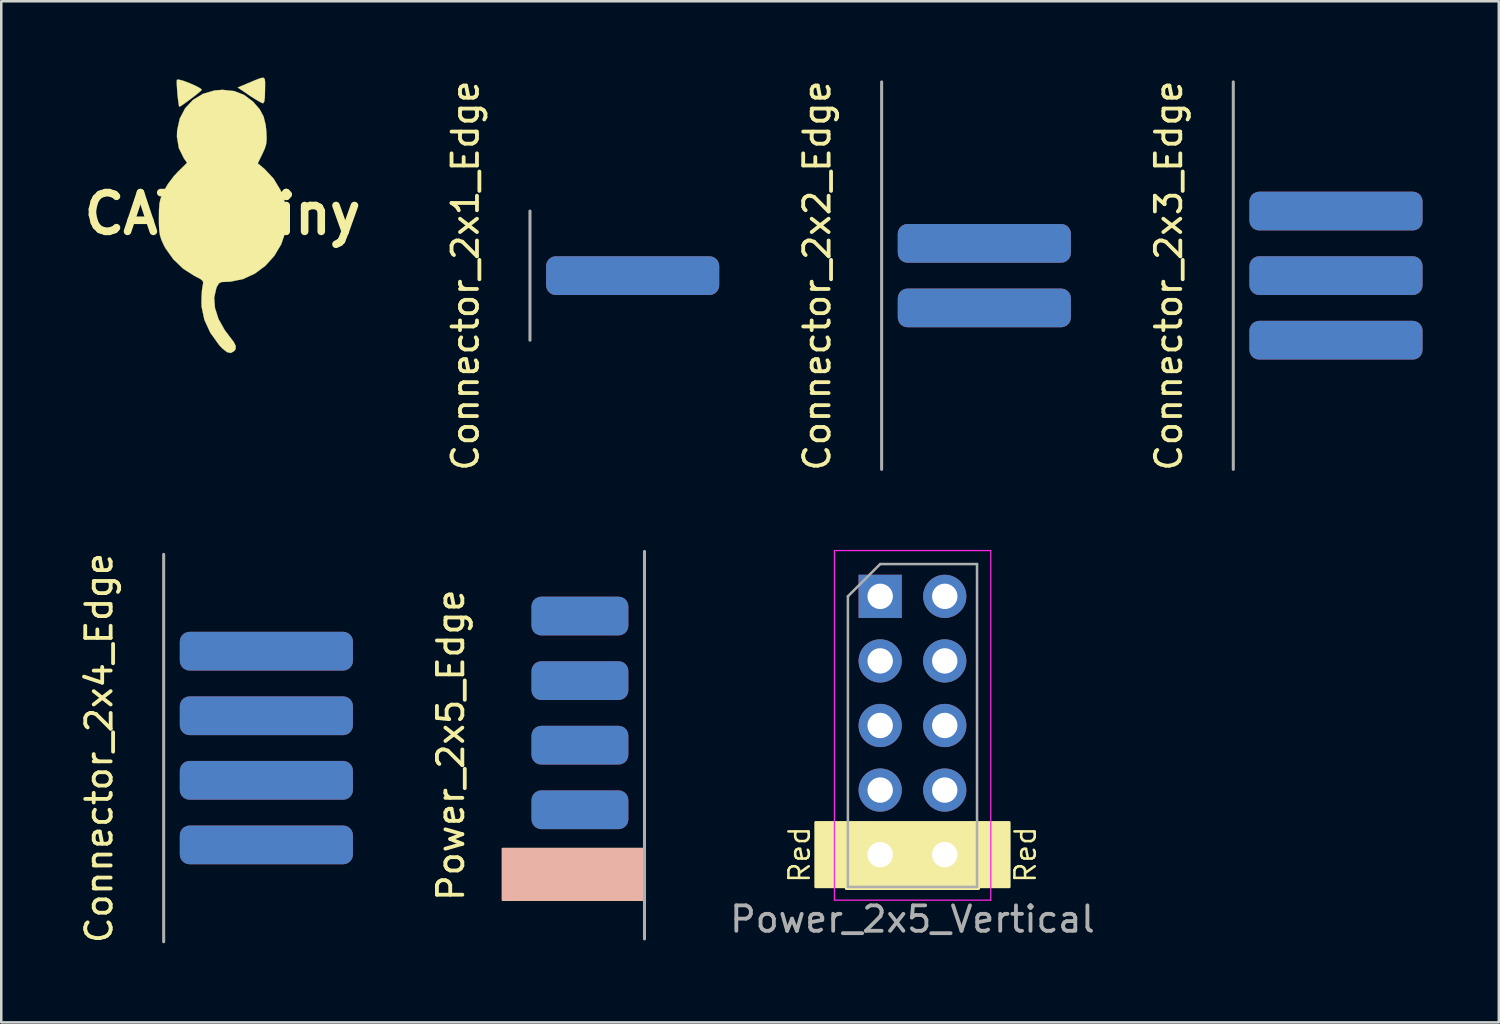
<source format=kicad_pcb>
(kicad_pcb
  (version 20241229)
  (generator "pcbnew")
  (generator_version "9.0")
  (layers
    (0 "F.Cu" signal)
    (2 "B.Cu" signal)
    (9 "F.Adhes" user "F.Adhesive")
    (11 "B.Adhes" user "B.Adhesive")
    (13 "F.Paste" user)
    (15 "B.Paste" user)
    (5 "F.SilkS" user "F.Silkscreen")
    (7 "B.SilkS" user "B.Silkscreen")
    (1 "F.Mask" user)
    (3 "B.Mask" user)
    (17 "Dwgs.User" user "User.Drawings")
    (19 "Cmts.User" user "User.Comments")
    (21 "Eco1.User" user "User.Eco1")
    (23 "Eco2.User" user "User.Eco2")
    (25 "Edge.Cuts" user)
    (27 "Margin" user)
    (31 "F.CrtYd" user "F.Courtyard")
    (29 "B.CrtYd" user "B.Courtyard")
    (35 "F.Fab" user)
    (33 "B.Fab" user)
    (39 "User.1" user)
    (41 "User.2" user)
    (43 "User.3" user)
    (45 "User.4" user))
  (footprint "Connector_2x1_Edge"
    (layer "F.Cu")
    (at 17.797 7.792)
    (property "Reference" "Connector_2x1_Edge" (at -2.54 0 90) (unlocked yes) (layer "F.SilkS") (effects (font (size 1 1) (thickness 0.15))))
    (attr smd)
    (fp_line (start 0 -2.54) (end 0 2.54) (stroke (width 0.12) (type default)) (layer "F.Fab"))
    (pad "1" smd roundrect (at 4.04 0) (size 6.81 1.524) (layers "F.Cu" "F.Mask" "F.Paste") (roundrect_rratio 0.25))
    (pad "2" smd roundrect (at 4.04 0) (size 6.81 1.524) (layers "B.Cu" "B.Mask" "B.Paste") (roundrect_rratio 0.25)))
  (footprint "Connector_2x2_Edge"
    (layer "F.Cu")
    (at 31.63 7.792)
    (property "Reference" "Connector_2x2_Edge" (at -2.54 0 90) (unlocked yes) (layer "F.SilkS") (effects (font (size 1 1) (thickness 0.15))))
    (attr smd)
    (fp_line (start 0 -7.62) (end 0 7.62) (stroke (width 0.12) (type default)) (layer "F.Fab"))
    (pad "1" smd roundrect (at 4.04 -1.27) (size 6.81 1.524) (layers "F.Cu" "F.Mask" "F.Paste") (roundrect_rratio 0.25))
    (pad "2" smd roundrect (at 4.04 -1.27) (size 6.81 1.524) (layers "B.Cu" "B.Mask" "B.Paste") (roundrect_rratio 0.25))
    (pad "3" smd roundrect (at 4.04 1.27) (size 6.81 1.524) (layers "F.Cu" "F.Mask" "F.Paste") (roundrect_rratio 0.25))
    (pad "4" smd roundrect (at 4.04 1.27) (size 6.81 1.524) (layers "B.Cu" "B.Mask" "B.Paste") (roundrect_rratio 0.25)))
  (footprint "Connector_2x3_Edge"
    (layer "F.Cu")
    (at 45.463 7.792)
    (property "Reference" "Connector_2x3_Edge" (at -2.54 0 90) (unlocked yes) (layer "F.SilkS") (effects (font (size 1 1) (thickness 0.15))))
    (attr smd)
    (fp_line (start 0 -7.62) (end 0 7.62) (stroke (width 0.12) (type default)) (layer "F.Fab"))
    (pad "1" smd roundrect (at 4.04 -2.54) (size 6.81 1.524) (layers "F.Cu" "F.Mask" "F.Paste") (roundrect_rratio 0.25))
    (pad "2" smd roundrect (at 4.04 -2.54) (size 6.81 1.524) (layers "B.Cu" "B.Mask" "B.Paste") (roundrect_rratio 0.25))
    (pad "3" smd roundrect (at 4.04 0) (size 6.81 1.524) (layers "F.Cu" "F.Mask" "F.Paste") (roundrect_rratio 0.25))
    (pad "4" smd roundrect (at 4.04 0) (size 6.81 1.524) (layers "B.Cu" "B.Mask" "B.Paste") (roundrect_rratio 0.25))
    (pad "5" smd roundrect (at 4.04 2.54) (size 6.81 1.524) (layers "F.Cu" "F.Mask" "F.Paste") (roundrect_rratio 0.25))
    (pad "6" smd roundrect (at 4.04 2.54) (size 6.81 1.524) (layers "B.Cu" "B.Mask" "B.Paste") (roundrect_rratio 0.25)))
  (footprint "Power_2x5_Edge"
    (layer "F.Cu")
    (at 22.302 26.263)
    (property "Reference" "Power_2x5_Edge" (at -7.62 0 90) (unlocked yes) (layer "F.SilkS") (effects (font (size 1 1) (thickness 0.15))))
    (attr smd)
    (fp_rect (start -5.588 4.064) (end 0 6.096) (stroke (width 0.05) (type solid)) (fill yes) (layer "F.SilkS"))
    (fp_rect (start -5.588 4.064) (end 0 6.096) (stroke (width 0.05) (type solid)) (fill yes) (layer "B.SilkS"))
    (fp_line (start 0 -7.62) (end 0 7.62) (stroke (width 0.12) (type default)) (layer "F.Fab"))
    (pad "+12V" smd roundrect (at -2.54 -5.08) (size 3.81 1.524) (layers "F.Cu" "F.Mask" "F.Paste") (roundrect_rratio 0.25))
    (pad "+12V" smd roundrect (at -2.54 -5.08) (size 3.81 1.524) (layers "B.Cu" "B.Mask" "B.Paste") (roundrect_rratio 0.25))
    (pad "-12V" smd roundrect (at -2.54 5.08) (size 3.81 1.524) (layers "F.Cu" "F.Mask" "F.Paste") (roundrect_rratio 0.25))
    (pad "-12V" smd roundrect (at -2.54 5.08) (size 3.81 1.524) (layers "B.Cu" "B.Mask" "B.Paste") (roundrect_rratio 0.25))
    (pad "GND" smd roundrect (at -2.54 -2.54) (size 3.81 1.524) (layers "F.Cu" "F.Mask" "F.Paste") (roundrect_rratio 0.25))
    (pad "GND" smd roundrect (at -2.54 -2.54) (size 3.81 1.524) (layers "B.Cu" "B.Mask" "B.Paste") (roundrect_rratio 0.25))
    (pad "GND" smd roundrect (at -2.54 0) (size 3.81 1.524) (layers "F.Cu" "F.Mask" "F.Paste") (roundrect_rratio 0.25))
    (pad "GND" smd roundrect (at -2.54 0) (size 3.81 1.524) (layers "B.Cu" "B.Mask" "B.Paste") (roundrect_rratio 0.25))
    (pad "GND" smd roundrect (at -2.54 2.54) (size 3.81 1.524) (layers "F.Cu" "F.Mask" "F.Paste") (roundrect_rratio 0.25))
    (pad "GND" smd roundrect (at -2.54 2.54) (size 3.81 1.524) (layers "B.Cu" "B.Mask" "B.Paste") (roundrect_rratio 0.25)))
  (footprint "Connector_2x4_Edge"
    (layer "F.Cu")
    (at 3.388 26.375)
    (property "Reference" "Connector_2x4_Edge" (at -2.54 0 90) (unlocked yes) (layer "F.SilkS") (effects (font (size 1 1) (thickness 0.15))))
    (attr smd)
    (fp_line (start 0 -7.62) (end 0 7.62) (stroke (width 0.12) (type default)) (layer "F.Fab"))
    (pad "1" smd roundrect (at 4.04 -3.81) (size 6.81 1.524) (layers "F.Cu" "F.Mask" "F.Paste") (roundrect_rratio 0.25))
    (pad "2" smd roundrect (at 4.04 -3.81) (size 6.81 1.524) (layers "B.Cu" "B.Mask" "B.Paste") (roundrect_rratio 0.25))
    (pad "3" smd roundrect (at 4.04 -1.27) (size 6.81 1.524) (layers "F.Cu" "F.Mask" "F.Paste") (roundrect_rratio 0.25))
    (pad "4" smd roundrect (at 4.04 -1.27) (size 6.81 1.524) (layers "B.Cu" "B.Mask" "B.Paste") (roundrect_rratio 0.25))
    (pad "5" smd roundrect (at 4.04 1.27) (size 6.81 1.524) (layers "F.Cu" "F.Mask" "F.Paste") (roundrect_rratio 0.25))
    (pad "6" smd roundrect (at 4.04 1.27) (size 6.81 1.524) (layers "B.Cu" "B.Mask" "B.Paste") (roundrect_rratio 0.25))
    (pad "7" smd roundrect (at 4.04 3.81) (size 6.81 1.524) (layers "F.Cu" "F.Mask" "F.Paste") (roundrect_rratio 0.25))
    (pad "8" smd roundrect (at 4.04 3.81) (size 6.81 1.524) (layers "B.Cu" "B.Mask" "B.Paste") (roundrect_rratio 0.25)))
  (footprint "CATs Tiny"
    (layer "F.Cu")
    (at 5.704 5.361)
    (property "Reference" "CATs Tiny" (at 0 0 0) (layer "F.SilkS") (effects (font (size 1.524 1.524) (thickness 0.3))))
    (attr through_hole)
    (fp_poly (pts (xy 1.658 -5.309) (xy 1.674 -5.187) (xy 1.672 -4.983) (xy 1.671 -4.878) (xy 1.664 -4.589) (xy 1.642 -4.418) (xy 1.601 -4.351) (xy 1.587 -4.349) (xy 1.496 -4.387) (xy 1.328 -4.483) (xy 1.114 -4.619) (xy 1.05 -4.662) (xy 0.596 -4.97) (xy 0.983 -5.13) (xy 1.287 -5.259) (xy 1.487 -5.336) (xy 1.603 -5.356) (xy 1.658 -5.309)) (stroke (width 0.01) (type solid)) (fill yes) (layer "F.SilkS"))
    (fp_poly (pts (xy -1.563 -5.239) (xy -1.331 -5.154) (xy -1.284 -5.135) (xy -1.058 -5.034) (xy -0.893 -4.946) (xy -0.817 -4.887) (xy -0.816 -4.878) (xy -0.874 -4.819) (xy -1.008 -4.708) (xy -1.186 -4.569) (xy -1.377 -4.427) (xy -1.547 -4.304) (xy -1.666 -4.226) (xy -1.699 -4.211) (xy -1.718 -4.272) (xy -1.743 -4.434) (xy -1.769 -4.664) (xy -1.773 -4.707) (xy -1.792 -4.957) (xy -1.801 -5.156) (xy -1.797 -5.265) (xy -1.795 -5.271) (xy -1.726 -5.28) (xy -1.563 -5.239)) (stroke (width 0.01) (type solid)) (fill yes) (layer "F.SilkS"))
    (fp_poly (pts (xy 0.457 -4.829) (xy 0.845 -4.68) (xy 1.192 -4.418) (xy 1.225 -4.385) (xy 1.464 -4.108) (xy 1.615 -3.825) (xy 1.698 -3.488) (xy 1.724 -3.227) (xy 1.735 -2.951) (xy 1.717 -2.749) (xy 1.66 -2.562) (xy 1.57 -2.365) (xy 1.385 -1.986) (xy 1.654 -1.762) (xy 2.003 -1.391) (xy 2.278 -0.935) (xy 2.461 -0.428) (xy 2.539 0.095) (xy 2.54 0.173) (xy 2.479 0.701) (xy 2.307 1.199) (xy 2.038 1.651) (xy 1.69 2.039) (xy 1.276 2.349) (xy 0.814 2.564) (xy 0.317 2.667) (xy 0.153 2.674) (xy -0.035 2.683) (xy -0.14 2.733) (xy -0.215 2.855) (xy -0.245 2.924) (xy -0.329 3.292) (xy -0.298 3.702) (xy -0.159 4.136) (xy 0.085 4.573) (xy 0.275 4.825) (xy 0.443 5.045) (xy 0.52 5.201) (xy 0.514 5.318) (xy 0.455 5.401) (xy 0.324 5.474) (xy 0.174 5.44) (xy -0.011 5.293) (xy -0.131 5.164) (xy -0.481 4.678) (xy -0.714 4.171) (xy -0.823 3.659) (xy -0.83 3.509) (xy -0.825 3.238) (xy -0.807 2.991) (xy -0.782 2.834) (xy -0.76 2.718) (xy -0.781 2.638) (xy -0.869 2.565) (xy -1.047 2.47) (xy -1.116 2.436) (xy -1.549 2.159) (xy -1.938 1.785) (xy -2.248 1.35) (xy -2.316 1.221) (xy -2.405 1.024) (xy -2.46 0.849) (xy -2.49 0.652) (xy -2.502 0.393) (xy -2.503 0.167) (xy -2.5 -0.156) (xy -2.483 -0.389) (xy -2.445 -0.573) (xy -2.378 -0.753) (xy -2.309 -0.902) (xy -2.144 -1.18) (xy -1.923 -1.472) (xy -1.755 -1.655) (xy -1.396 -2.007) (xy -1.524 -2.19) (xy -1.717 -2.58) (xy -1.794 -3.026) (xy -1.787 -3.273) (xy -1.683 -3.746) (xy -1.47 -4.153) (xy -1.162 -4.482) (xy -0.774 -4.718) (xy -0.32 -4.852) (xy 0 -4.877) (xy 0.457 -4.829)) (stroke (width 0.01) (type solid)) (fill yes) (layer "F.SilkS")))
  (footprint "Power_2x5_Vertical"
    (layer "F.Cu")
    (at 31.573 20.408)
    (property "Reference" "Power_2x5_Vertical" (at 1.27 12.7 0) (layer "F.Fab") (effects (font (size 1 1) (thickness 0.15))))
    (attr through_hole)
    (fp_line (start -1.33 11.49) (end 3.87 11.49) (stroke (width 0.12) (type solid)) (layer "F.SilkS"))
    (fp_poly (pts (xy 5.08 11.43) (xy -2.54 11.43) (xy -2.54 8.89) (xy 5.08 8.89)) (stroke (width 0.1) (type solid)) (fill yes) (layer "F.SilkS"))
    (fp_line (start -1.8 -1.8) (end -1.8 11.95) (stroke (width 0.05) (type solid)) (layer "F.CrtYd"))
    (fp_line (start -1.8 11.95) (end 4.35 11.95) (stroke (width 0.05) (type solid)) (layer "F.CrtYd"))
    (fp_line (start 4.35 -1.8) (end -1.8 -1.8) (stroke (width 0.05) (type solid)) (layer "F.CrtYd"))
    (fp_line (start 4.35 11.95) (end 4.35 -1.8) (stroke (width 0.05) (type solid)) (layer "F.CrtYd"))
    (fp_line (start -1.27 0) (end 0 -1.27) (stroke (width 0.1) (type solid)) (layer "F.Fab"))
    (fp_line (start -1.27 11.43) (end -1.27 0) (stroke (width 0.1) (type solid)) (layer "F.Fab"))
    (fp_line (start 0 -1.27) (end 3.81 -1.27) (stroke (width 0.1) (type solid)) (layer "F.Fab"))
    (fp_line (start 3.81 -1.27) (end 3.81 11.43) (stroke (width 0.1) (type solid)) (layer "F.Fab"))
    (fp_line (start 3.81 11.43) (end -1.27 11.43) (stroke (width 0.1) (type solid)) (layer "F.Fab"))
    (fp_text user "Red" (at 5.715 10.16 90) (layer "F.SilkS") (effects (font (size 0.8 0.8) (thickness 0.1))))
    (fp_text user "Red" (at -3.175 10.16 90) (layer "F.SilkS") (effects (font (size 0.8 0.8) (thickness 0.1))))
    (pad "+12V" thru_hole rect (at 0 0) (size 1.7 1.7) (drill 1) (layers "*.Cu" "*.Mask"))
    (pad "+12V" thru_hole oval (at 2.54 0) (size 1.7 1.7) (drill 1) (layers "*.Cu" "*.Mask"))
    (pad "-12V" thru_hole oval (at 0 10.16) (size 1.7 1.7) (drill 1) (layers "*.Cu" "*.Mask"))
    (pad "-12V" thru_hole oval (at 2.54 10.16) (size 1.7 1.7) (drill 1) (layers "*.Cu" "*.Mask"))
    (pad "GND" thru_hole oval (at 0 2.54) (size 1.7 1.7) (drill 1) (layers "*.Cu" "*.Mask"))
    (pad "GND" thru_hole oval (at 0 5.08) (size 1.7 1.7) (drill 1) (layers "*.Cu" "*.Mask"))
    (pad "GND" thru_hole oval (at 0 7.62) (size 1.7 1.7) (drill 1) (layers "*.Cu" "*.Mask"))
    (pad "GND" thru_hole oval (at 2.54 2.54) (size 1.7 1.7) (drill 1) (layers "*.Cu" "*.Mask"))
    (pad "GND" thru_hole oval (at 2.54 5.08) (size 1.7 1.7) (drill 1) (layers "*.Cu" "*.Mask"))
    (pad "GND" thru_hole oval (at 2.54 7.62) (size 1.7 1.7) (drill 1) (layers "*.Cu" "*.Mask")))
  (gr_rect
    (start -3 -3)
    (end 55.908 37.167)
    (stroke (width 0.1) (type default))
    (fill no)
    (layer "Edge.Cuts")))
</source>
